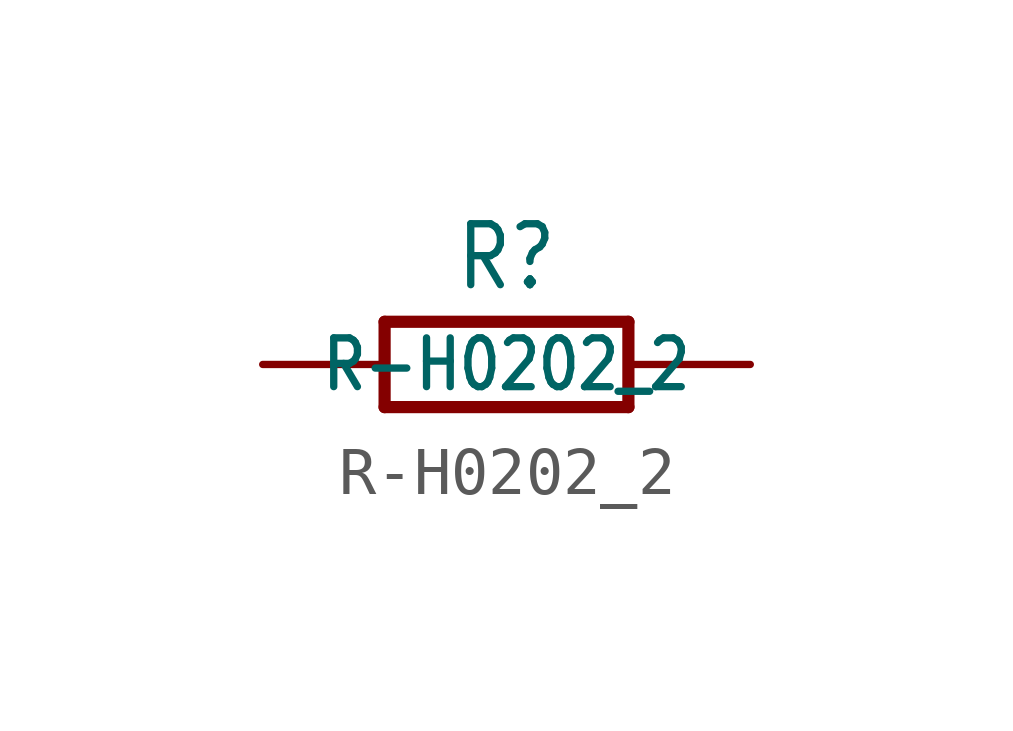
<source format=kicad_sym>
(kicad_symbol_lib
  (version 20201005)
  (generator kicad_symbol_editor)
  (symbol "R-H0202_2"
    (property "Reference" "R"
      (at 0 1.499 0)
      (effects (font (size 1.27 1.079)) (justify bottom)))
    (property "Value" "R-H0202_2"
      (at 0 0 0)
      (effects (font (size 1.016 0.864))))
    (property "ki_locked" ""
      (at 0 0 0)
      (effects (font (size 1.27 1.27))))
    (symbol "R-H0202_2_1_0"
      (polyline (pts (xy -2.54 -0.889) (xy -2.54 0.889)) (stroke (width 0.254)) (fill (type none)))
      (polyline (pts (xy -2.54 -0.889) (xy 2.54 -0.889)) (stroke (width 0.254)) (fill (type none)))
      (polyline (pts (xy 2.54 -0.889) (xy 2.54 0.889)) (stroke (width 0.254)) (fill (type none)))
      (polyline (pts (xy 2.54 0.889) (xy -2.54 0.889)) (stroke (width 0.254)) (fill (type none)))
      (pin passive line (at -5.08 0 0) (length 2.54) (name "1" (effects (font (size 0 0)))) (number "1" (effects (font (size 0 0)))))
      (pin passive line (at 5.08 0 180) (length 2.54) (name "2" (effects (font (size 0 0)))) (number "2" (effects (font (size 0 0))))))))
</source>
